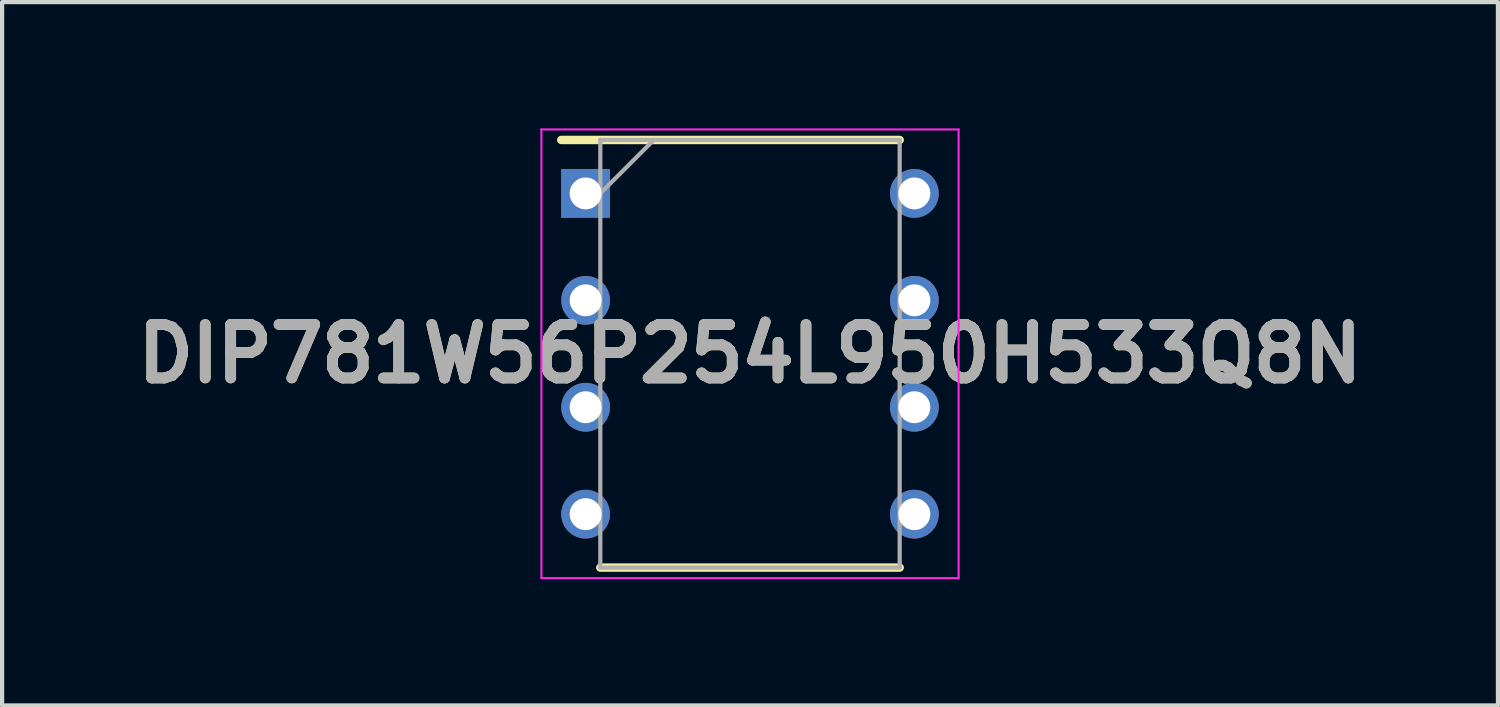
<source format=kicad_pcb>
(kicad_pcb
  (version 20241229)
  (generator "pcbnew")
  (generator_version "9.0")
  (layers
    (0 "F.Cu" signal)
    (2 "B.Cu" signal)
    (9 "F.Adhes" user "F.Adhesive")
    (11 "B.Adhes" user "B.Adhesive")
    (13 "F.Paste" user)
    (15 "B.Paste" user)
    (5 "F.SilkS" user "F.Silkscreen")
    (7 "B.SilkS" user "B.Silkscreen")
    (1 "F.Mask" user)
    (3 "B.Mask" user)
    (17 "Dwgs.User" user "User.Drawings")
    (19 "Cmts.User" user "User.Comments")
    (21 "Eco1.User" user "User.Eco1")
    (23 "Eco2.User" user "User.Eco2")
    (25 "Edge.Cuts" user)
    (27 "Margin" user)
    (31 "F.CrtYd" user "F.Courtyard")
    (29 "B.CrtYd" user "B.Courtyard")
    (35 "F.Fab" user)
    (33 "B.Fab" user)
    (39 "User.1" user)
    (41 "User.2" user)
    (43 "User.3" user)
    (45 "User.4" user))
  (footprint "DIP781W56P254L950H533Q8N"
    (layer "F.Cu")
    (at 14.768 5.355)
    (property "Reference" "DIP781W56P254L950H533Q8N" (at 0 0 0) (layer "F.SilkS") (effects (font (size 1.27 1.27) (thickness 0.254))))
    (attr through_hole)
    (fp_line (start -4.484 -5.08) (end 3.556 -5.08) (stroke (width 0.2) (type solid)) (layer "F.SilkS"))
    (fp_line (start -3.556 5.08) (end 3.556 5.08) (stroke (width 0.2) (type solid)) (layer "F.SilkS"))
    (fp_line (start -4.956 -5.33) (end 4.956 -5.33) (stroke (width 0.05) (type solid)) (layer "F.CrtYd"))
    (fp_line (start -4.956 5.33) (end -4.956 -5.33) (stroke (width 0.05) (type solid)) (layer "F.CrtYd"))
    (fp_line (start 4.956 -5.33) (end 4.956 5.33) (stroke (width 0.05) (type solid)) (layer "F.CrtYd"))
    (fp_line (start 4.956 5.33) (end -4.956 5.33) (stroke (width 0.05) (type solid)) (layer "F.CrtYd"))
    (fp_line (start -3.556 -5.08) (end 3.556 -5.08) (stroke (width 0.1) (type solid)) (layer "F.Fab"))
    (fp_line (start -3.556 -3.81) (end -2.286 -5.08) (stroke (width 0.1) (type solid)) (layer "F.Fab"))
    (fp_line (start -3.556 5.08) (end -3.556 -5.08) (stroke (width 0.1) (type solid)) (layer "F.Fab"))
    (fp_line (start 3.556 -5.08) (end 3.556 5.08) (stroke (width 0.1) (type solid)) (layer "F.Fab"))
    (fp_line (start 3.556 5.08) (end -3.556 5.08) (stroke (width 0.1) (type solid)) (layer "F.Fab"))
    (fp_text user "${REFERENCE}" (at 0 0 0) (layer "F.Fab") (effects (font (size 1.27 1.27) (thickness 0.254))))
    (pad "1" thru_hole rect (at -3.905 -3.81) (size 1.158 1.158) (drill 0.758) (layers "*.Cu" "*.Mask"))
    (pad "2" thru_hole circle (at -3.905 -1.27) (size 1.158 1.158) (drill 0.758) (layers "*.Cu" "*.Mask"))
    (pad "3" thru_hole circle (at -3.905 1.27) (size 1.158 1.158) (drill 0.758) (layers "*.Cu" "*.Mask"))
    (pad "4" thru_hole circle (at -3.905 3.81) (size 1.158 1.158) (drill 0.758) (layers "*.Cu" "*.Mask"))
    (pad "5" thru_hole circle (at 3.905 3.81) (size 1.158 1.158) (drill 0.758) (layers "*.Cu" "*.Mask"))
    (pad "6" thru_hole circle (at 3.905 1.27) (size 1.158 1.158) (drill 0.758) (layers "*.Cu" "*.Mask"))
    (pad "7" thru_hole circle (at 3.905 -1.27) (size 1.158 1.158) (drill 0.758) (layers "*.Cu" "*.Mask"))
    (pad "8" thru_hole circle (at 3.905 -3.81) (size 1.158 1.158) (drill 0.758) (layers "*.Cu" "*.Mask")))
  (gr_rect
    (start -3 -3)
    (end 32.537 13.71)
    (stroke (width 0.1) (type default))
    (fill no)
    (layer "Edge.Cuts")))
</source>
